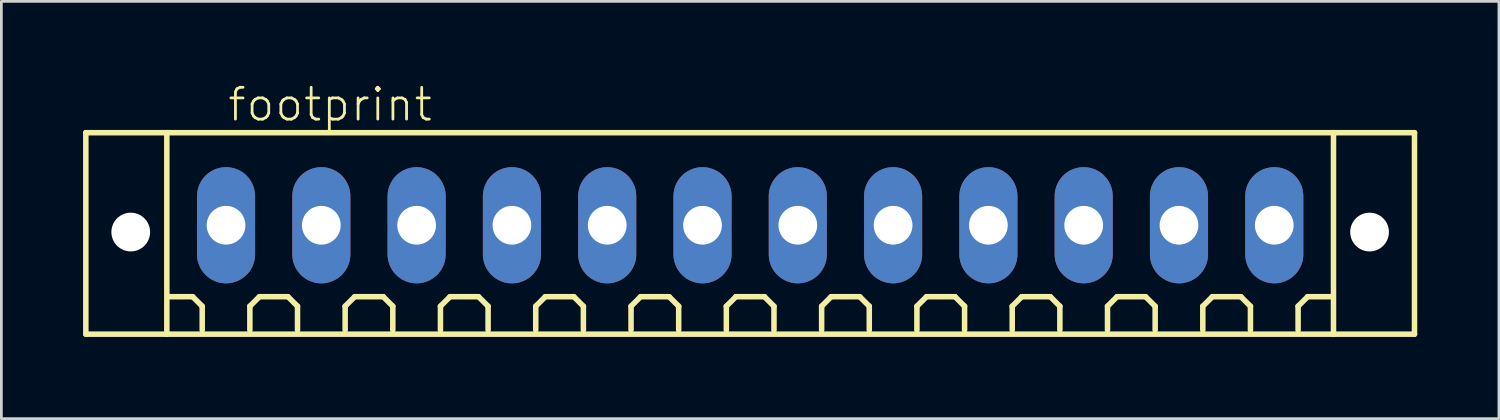
<source format=kicad_pcb>
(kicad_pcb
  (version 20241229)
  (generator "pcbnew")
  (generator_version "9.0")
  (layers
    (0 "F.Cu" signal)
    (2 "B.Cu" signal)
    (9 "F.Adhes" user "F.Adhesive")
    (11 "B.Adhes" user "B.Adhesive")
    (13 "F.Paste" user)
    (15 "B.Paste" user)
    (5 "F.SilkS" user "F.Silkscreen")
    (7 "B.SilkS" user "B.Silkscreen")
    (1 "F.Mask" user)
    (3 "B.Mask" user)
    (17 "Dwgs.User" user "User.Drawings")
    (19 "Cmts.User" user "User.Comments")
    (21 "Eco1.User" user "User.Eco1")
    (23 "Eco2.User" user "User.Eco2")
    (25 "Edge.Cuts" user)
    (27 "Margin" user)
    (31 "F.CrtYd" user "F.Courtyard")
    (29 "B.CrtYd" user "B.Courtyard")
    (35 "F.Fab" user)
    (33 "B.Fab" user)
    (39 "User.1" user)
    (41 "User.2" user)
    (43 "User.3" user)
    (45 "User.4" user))
  (footprint "footprint"
    (layer "F.Cu")
    (at 24.502 5.223)
    (property "Reference" "footprint" (at -19.25 -3.75 0) (layer "F.SilkS") (effects (font (size 1.168 1.168) (thickness 0.102)) (justify left bottom)))
    (fp_line (start -24.4 -3.4) (end -21.425 -3.4) (stroke (width 0.203) (type solid)) (layer "F.SilkS"))
    (fp_line (start -24.4 4) (end -24.4 -3.4) (stroke (width 0.203) (type solid)) (layer "F.SilkS"))
    (fp_line (start -21.425 -3.4) (end 21.425 -3.4) (stroke (width 0.203) (type solid)) (layer "F.SilkS"))
    (fp_line (start -21.425 4) (end -24.4 4) (stroke (width 0.203) (type solid)) (layer "F.SilkS"))
    (fp_line (start -21.425 4) (end -21.425 -3.4) (stroke (width 0.203) (type solid)) (layer "F.SilkS"))
    (fp_line (start -20.475 2.625) (end -21.35 2.625) (stroke (width 0.203) (type solid)) (layer "F.SilkS"))
    (fp_line (start -20.125 2.975) (end -20.475 2.625) (stroke (width 0.203) (type solid)) (layer "F.SilkS"))
    (fp_line (start -20.125 3.85) (end -20.125 2.975) (stroke (width 0.203) (type solid)) (layer "F.SilkS"))
    (fp_line (start -18.375 2.975) (end -18.025 2.625) (stroke (width 0.203) (type solid)) (layer "F.SilkS"))
    (fp_line (start -18.375 3.85) (end -18.375 2.975) (stroke (width 0.203) (type solid)) (layer "F.SilkS"))
    (fp_line (start -18.025 2.625) (end -16.975 2.625) (stroke (width 0.203) (type solid)) (layer "F.SilkS"))
    (fp_line (start -16.975 2.625) (end -16.625 2.975) (stroke (width 0.203) (type solid)) (layer "F.SilkS"))
    (fp_line (start -16.625 2.975) (end -16.625 3.85) (stroke (width 0.203) (type solid)) (layer "F.SilkS"))
    (fp_line (start -14.875 2.975) (end -14.525 2.625) (stroke (width 0.203) (type solid)) (layer "F.SilkS"))
    (fp_line (start -14.875 3.85) (end -14.875 2.975) (stroke (width 0.203) (type solid)) (layer "F.SilkS"))
    (fp_line (start -14.525 2.625) (end -13.475 2.625) (stroke (width 0.203) (type solid)) (layer "F.SilkS"))
    (fp_line (start -13.475 2.625) (end -13.125 2.975) (stroke (width 0.203) (type solid)) (layer "F.SilkS"))
    (fp_line (start -13.125 2.975) (end -13.125 3.85) (stroke (width 0.203) (type solid)) (layer "F.SilkS"))
    (fp_line (start -11.375 2.975) (end -11.025 2.625) (stroke (width 0.203) (type solid)) (layer "F.SilkS"))
    (fp_line (start -11.375 3.85) (end -11.375 2.975) (stroke (width 0.203) (type solid)) (layer "F.SilkS"))
    (fp_line (start -11.025 2.625) (end -9.975 2.625) (stroke (width 0.203) (type solid)) (layer "F.SilkS"))
    (fp_line (start -9.975 2.625) (end -9.625 2.975) (stroke (width 0.203) (type solid)) (layer "F.SilkS"))
    (fp_line (start -9.625 2.975) (end -9.625 3.85) (stroke (width 0.203) (type solid)) (layer "F.SilkS"))
    (fp_line (start -7.875 2.975) (end -7.525 2.625) (stroke (width 0.203) (type solid)) (layer "F.SilkS"))
    (fp_line (start -7.875 3.85) (end -7.875 2.975) (stroke (width 0.203) (type solid)) (layer "F.SilkS"))
    (fp_line (start -7.525 2.625) (end -6.475 2.625) (stroke (width 0.203) (type solid)) (layer "F.SilkS"))
    (fp_line (start -6.475 2.625) (end -6.125 2.975) (stroke (width 0.203) (type solid)) (layer "F.SilkS"))
    (fp_line (start -6.125 2.975) (end -6.125 3.85) (stroke (width 0.203) (type solid)) (layer "F.SilkS"))
    (fp_line (start -4.375 2.975) (end -4.025 2.625) (stroke (width 0.203) (type solid)) (layer "F.SilkS"))
    (fp_line (start -4.375 3.85) (end -4.375 2.975) (stroke (width 0.203) (type solid)) (layer "F.SilkS"))
    (fp_line (start -4.025 2.625) (end -2.975 2.625) (stroke (width 0.203) (type solid)) (layer "F.SilkS"))
    (fp_line (start -2.975 2.625) (end -2.625 2.975) (stroke (width 0.203) (type solid)) (layer "F.SilkS"))
    (fp_line (start -2.625 2.975) (end -2.625 3.85) (stroke (width 0.203) (type solid)) (layer "F.SilkS"))
    (fp_line (start -0.875 2.975) (end -0.525 2.625) (stroke (width 0.203) (type solid)) (layer "F.SilkS"))
    (fp_line (start -0.875 3.85) (end -0.875 2.975) (stroke (width 0.203) (type solid)) (layer "F.SilkS"))
    (fp_line (start -0.525 2.625) (end 0.525 2.625) (stroke (width 0.203) (type solid)) (layer "F.SilkS"))
    (fp_line (start 0.525 2.625) (end 0.875 2.975) (stroke (width 0.203) (type solid)) (layer "F.SilkS"))
    (fp_line (start 0.875 2.975) (end 0.875 3.85) (stroke (width 0.203) (type solid)) (layer "F.SilkS"))
    (fp_line (start 2.625 2.975) (end 2.975 2.625) (stroke (width 0.203) (type solid)) (layer "F.SilkS"))
    (fp_line (start 2.625 3.85) (end 2.625 2.975) (stroke (width 0.203) (type solid)) (layer "F.SilkS"))
    (fp_line (start 2.975 2.625) (end 4.025 2.625) (stroke (width 0.203) (type solid)) (layer "F.SilkS"))
    (fp_line (start 4.025 2.625) (end 4.375 2.975) (stroke (width 0.203) (type solid)) (layer "F.SilkS"))
    (fp_line (start 4.375 2.975) (end 4.375 3.85) (stroke (width 0.203) (type solid)) (layer "F.SilkS"))
    (fp_line (start 6.125 2.975) (end 6.475 2.625) (stroke (width 0.203) (type solid)) (layer "F.SilkS"))
    (fp_line (start 6.125 3.85) (end 6.125 2.975) (stroke (width 0.203) (type solid)) (layer "F.SilkS"))
    (fp_line (start 6.475 2.625) (end 7.525 2.625) (stroke (width 0.203) (type solid)) (layer "F.SilkS"))
    (fp_line (start 7.525 2.625) (end 7.875 2.975) (stroke (width 0.203) (type solid)) (layer "F.SilkS"))
    (fp_line (start 7.875 2.975) (end 7.875 3.85) (stroke (width 0.203) (type solid)) (layer "F.SilkS"))
    (fp_line (start 9.625 2.975) (end 9.975 2.625) (stroke (width 0.203) (type solid)) (layer "F.SilkS"))
    (fp_line (start 9.625 3.85) (end 9.625 2.975) (stroke (width 0.203) (type solid)) (layer "F.SilkS"))
    (fp_line (start 9.975 2.625) (end 11.025 2.625) (stroke (width 0.203) (type solid)) (layer "F.SilkS"))
    (fp_line (start 11.025 2.625) (end 11.375 2.975) (stroke (width 0.203) (type solid)) (layer "F.SilkS"))
    (fp_line (start 11.375 2.975) (end 11.375 3.85) (stroke (width 0.203) (type solid)) (layer "F.SilkS"))
    (fp_line (start 13.125 2.975) (end 13.475 2.625) (stroke (width 0.203) (type solid)) (layer "F.SilkS"))
    (fp_line (start 13.125 3.85) (end 13.125 2.975) (stroke (width 0.203) (type solid)) (layer "F.SilkS"))
    (fp_line (start 13.475 2.625) (end 14.525 2.625) (stroke (width 0.203) (type solid)) (layer "F.SilkS"))
    (fp_line (start 14.525 2.625) (end 14.875 2.975) (stroke (width 0.203) (type solid)) (layer "F.SilkS"))
    (fp_line (start 14.875 2.975) (end 14.875 3.85) (stroke (width 0.203) (type solid)) (layer "F.SilkS"))
    (fp_line (start 16.625 2.975) (end 16.975 2.625) (stroke (width 0.203) (type solid)) (layer "F.SilkS"))
    (fp_line (start 16.625 3.85) (end 16.625 2.975) (stroke (width 0.203) (type solid)) (layer "F.SilkS"))
    (fp_line (start 16.975 2.625) (end 18.025 2.625) (stroke (width 0.203) (type solid)) (layer "F.SilkS"))
    (fp_line (start 18.025 2.625) (end 18.375 2.975) (stroke (width 0.203) (type solid)) (layer "F.SilkS"))
    (fp_line (start 18.375 2.975) (end 18.375 3.85) (stroke (width 0.203) (type solid)) (layer "F.SilkS"))
    (fp_line (start 20.125 2.975) (end 20.475 2.625) (stroke (width 0.203) (type solid)) (layer "F.SilkS"))
    (fp_line (start 20.125 3.85) (end 20.125 2.975) (stroke (width 0.203) (type solid)) (layer "F.SilkS"))
    (fp_line (start 20.475 2.625) (end 21.35 2.625) (stroke (width 0.203) (type solid)) (layer "F.SilkS"))
    (fp_line (start 21.425 -3.4) (end 21.425 4) (stroke (width 0.203) (type solid)) (layer "F.SilkS"))
    (fp_line (start 21.425 -3.4) (end 24.4 -3.4) (stroke (width 0.203) (type solid)) (layer "F.SilkS"))
    (fp_line (start 21.425 4) (end -21.425 4) (stroke (width 0.203) (type solid)) (layer "F.SilkS"))
    (fp_line (start 24.4 -3.4) (end 24.4 4) (stroke (width 0.203) (type solid)) (layer "F.SilkS"))
    (fp_line (start 24.4 4) (end 21.425 4) (stroke (width 0.203) (type solid)) (layer "F.SilkS"))
    (pad "" np_thru_hole circle (at -22.75 0.25) (size 1.422 1.422) (drill 1.422) (layers "*.Cu" "*.Mask"))
    (pad "" np_thru_hole circle (at 22.75 0.25) (size 1.422 1.422) (drill 1.422) (layers "*.Cu" "*.Mask"))
    (pad "1" thru_hole oval (at -19.25 0 90) (size 4.267 2.134) (drill 1.422) (layers "*.Cu" "*.Mask"))
    (pad "2" thru_hole oval (at -15.75 0 90) (size 4.267 2.134) (drill 1.422) (layers "*.Cu" "*.Mask"))
    (pad "3" thru_hole oval (at -12.25 0 90) (size 4.267 2.134) (drill 1.422) (layers "*.Cu" "*.Mask"))
    (pad "4" thru_hole oval (at -8.75 0 90) (size 4.267 2.134) (drill 1.422) (layers "*.Cu" "*.Mask"))
    (pad "5" thru_hole oval (at -5.25 0 90) (size 4.267 2.134) (drill 1.422) (layers "*.Cu" "*.Mask"))
    (pad "6" thru_hole oval (at -1.75 0 90) (size 4.267 2.134) (drill 1.422) (layers "*.Cu" "*.Mask"))
    (pad "7" thru_hole oval (at 1.75 0 90) (size 4.267 2.134) (drill 1.422) (layers "*.Cu" "*.Mask"))
    (pad "8" thru_hole oval (at 5.25 0 90) (size 4.267 2.134) (drill 1.422) (layers "*.Cu" "*.Mask"))
    (pad "9" thru_hole oval (at 8.75 0 90) (size 4.267 2.134) (drill 1.422) (layers "*.Cu" "*.Mask"))
    (pad "10" thru_hole oval (at 12.25 0 90) (size 4.267 2.134) (drill 1.422) (layers "*.Cu" "*.Mask"))
    (pad "11" thru_hole oval (at 15.75 0 90) (size 4.267 2.134) (drill 1.422) (layers "*.Cu" "*.Mask"))
    (pad "12" thru_hole oval (at 19.25 0 90) (size 4.267 2.134) (drill 1.422) (layers "*.Cu" "*.Mask")))
  (gr_rect
    (start -3 -3)
    (end 52.003 12.325)
    (stroke (width 0.1) (type default))
    (fill no)
    (layer "Edge.Cuts")))
</source>
